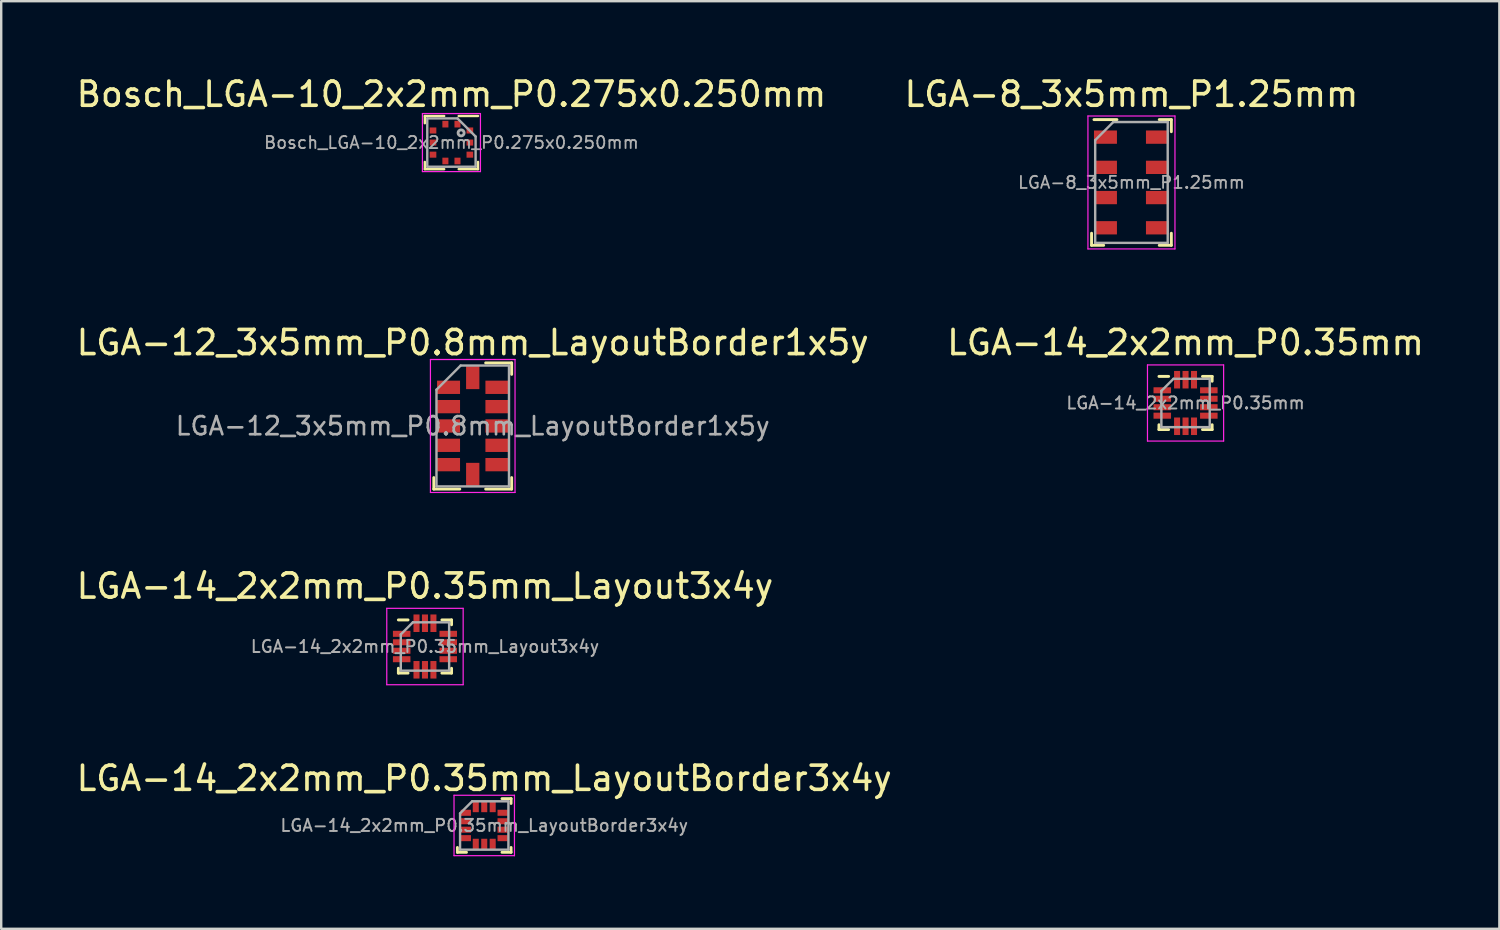
<source format=kicad_pcb>
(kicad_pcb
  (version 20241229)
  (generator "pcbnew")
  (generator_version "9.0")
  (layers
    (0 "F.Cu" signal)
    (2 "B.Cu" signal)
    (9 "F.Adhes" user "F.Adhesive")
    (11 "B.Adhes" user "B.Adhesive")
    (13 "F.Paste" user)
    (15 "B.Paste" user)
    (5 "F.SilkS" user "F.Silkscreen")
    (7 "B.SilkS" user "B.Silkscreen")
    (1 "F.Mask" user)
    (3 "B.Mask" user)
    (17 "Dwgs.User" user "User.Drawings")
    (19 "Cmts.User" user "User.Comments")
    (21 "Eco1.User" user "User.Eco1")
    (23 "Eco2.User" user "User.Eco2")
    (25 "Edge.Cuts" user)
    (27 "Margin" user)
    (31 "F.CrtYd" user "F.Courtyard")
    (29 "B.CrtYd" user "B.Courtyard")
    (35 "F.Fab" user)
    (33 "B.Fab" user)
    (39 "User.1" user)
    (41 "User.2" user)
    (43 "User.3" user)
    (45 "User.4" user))
  (footprint "LGA-14_2x2mm_P0.35mm_Layout3x4y"
    (layer "F.Cu")
    (at 14.53 23.695)
    (property "Reference" "LGA-14_2x2mm_P0.35mm_Layout3x4y" (at 0 -2.5 0) (layer "F.SilkS") (effects (font (size 1 1) (thickness 0.15))))
    (attr smd)
    (fp_line (start -1.1 0.9) (end -1.1 1.1) (stroke (width 0.12) (type solid)) (layer "F.SilkS"))
    (fp_line (start -1.1 1.1) (end -0.7 1.1) (stroke (width 0.12) (type solid)) (layer "F.SilkS"))
    (fp_line (start -0.7 -1.1) (end -1.1 -1.1) (stroke (width 0.12) (type solid)) (layer "F.SilkS"))
    (fp_line (start 0.7 -1.1) (end 1.1 -1.1) (stroke (width 0.12) (type solid)) (layer "F.SilkS"))
    (fp_line (start 1.1 -1.1) (end 1.1 -0.9) (stroke (width 0.12) (type solid)) (layer "F.SilkS"))
    (fp_line (start 1.1 0.9) (end 1.1 1.1) (stroke (width 0.12) (type solid)) (layer "F.SilkS"))
    (fp_line (start 1.1 1.1) (end 0.7 1.1) (stroke (width 0.12) (type solid)) (layer "F.SilkS"))
    (fp_line (start -1.58 -1.58) (end -1.58 1.58) (stroke (width 0.05) (type solid)) (layer "F.CrtYd"))
    (fp_line (start -1.58 1.58) (end 1.58 1.58) (stroke (width 0.05) (type solid)) (layer "F.CrtYd"))
    (fp_line (start 1.58 -1.58) (end -1.58 -1.58) (stroke (width 0.05) (type solid)) (layer "F.CrtYd"))
    (fp_line (start 1.58 1.58) (end 1.58 -1.58) (stroke (width 0.05) (type solid)) (layer "F.CrtYd"))
    (fp_line (start -1 1) (end -1 -0.5) (stroke (width 0.1) (type solid)) (layer "F.Fab"))
    (fp_line (start -0.5 -1) (end -1 -0.5) (stroke (width 0.1) (type solid)) (layer "F.Fab"))
    (fp_line (start -0.5 -1) (end 1 -1) (stroke (width 0.1) (type solid)) (layer "F.Fab"))
    (fp_line (start 1 -1) (end 1 1) (stroke (width 0.1) (type solid)) (layer "F.Fab"))
    (fp_line (start 1 1) (end -1 1) (stroke (width 0.1) (type solid)) (layer "F.Fab"))
    (fp_text user "${REFERENCE}" (at 0 0 0) (layer "F.Fab") (effects (font (size 0.5 0.5) (thickness 0.08))))
    (pad "1" smd rect (at -0.963 -0.525) (size 0.725 0.25) (layers "F.Cu" "F.Mask" "F.Paste"))
    (pad "2" smd rect (at -0.963 -0.175) (size 0.725 0.25) (layers "F.Cu" "F.Mask" "F.Paste"))
    (pad "3" smd rect (at -0.963 0.175) (size 0.725 0.25) (layers "F.Cu" "F.Mask" "F.Paste"))
    (pad "4" smd rect (at -0.963 0.525) (size 0.725 0.25) (layers "F.Cu" "F.Mask" "F.Paste"))
    (pad "5" smd rect (at -0.35 0.963 90) (size 0.725 0.25) (layers "F.Cu" "F.Mask" "F.Paste"))
    (pad "6" smd rect (at 0 0.963 90) (size 0.725 0.25) (layers "F.Cu" "F.Mask" "F.Paste"))
    (pad "7" smd rect (at 0.35 0.963 90) (size 0.725 0.25) (layers "F.Cu" "F.Mask" "F.Paste"))
    (pad "8" smd rect (at 0.963 0.525) (size 0.725 0.25) (layers "F.Cu" "F.Mask" "F.Paste"))
    (pad "9" smd rect (at 0.963 0.175) (size 0.725 0.25) (layers "F.Cu" "F.Mask" "F.Paste"))
    (pad "10" smd rect (at 0.963 -0.175) (size 0.725 0.25) (layers "F.Cu" "F.Mask" "F.Paste"))
    (pad "11" smd rect (at 0.963 -0.525) (size 0.725 0.25) (layers "F.Cu" "F.Mask" "F.Paste"))
    (pad "12" smd rect (at 0.35 -0.963 90) (size 0.725 0.25) (layers "F.Cu" "F.Mask" "F.Paste"))
    (pad "13" smd rect (at 0 -0.963 90) (size 0.725 0.25) (layers "F.Cu" "F.Mask" "F.Paste"))
    (pad "14" smd rect (at -0.35 -0.963 90) (size 0.725 0.25) (layers "F.Cu" "F.Mask" "F.Paste")))
  (footprint "LGA-8_3x5mm_P1.25mm"
    (layer "F.Cu")
    (at 43.756 4.498)
    (property "Reference" "LGA-8_3x5mm_P1.25mm" (at 0 -3.65 0) (layer "F.SilkS") (effects (font (size 1 1) (thickness 0.15))))
    (attr smd)
    (fp_line (start -1.65 2.6) (end -1.65 2.1) (stroke (width 0.12) (type solid)) (layer "F.SilkS"))
    (fp_line (start -1.55 -2.6) (end -0.6 -2.6) (stroke (width 0.12) (type solid)) (layer "F.SilkS"))
    (fp_line (start -1.15 2.6) (end -1.65 2.6) (stroke (width 0.12) (type solid)) (layer "F.SilkS"))
    (fp_line (start 1.15 -2.6) (end 1.65 -2.6) (stroke (width 0.12) (type solid)) (layer "F.SilkS"))
    (fp_line (start 1.65 -2.6) (end 1.65 -2.1) (stroke (width 0.12) (type solid)) (layer "F.SilkS"))
    (fp_line (start 1.65 2.1) (end 1.65 2.6) (stroke (width 0.12) (type solid)) (layer "F.SilkS"))
    (fp_line (start 1.65 2.6) (end 1.15 2.6) (stroke (width 0.12) (type solid)) (layer "F.SilkS"))
    (fp_line (start -1.8 -2.75) (end -1.8 2.75) (stroke (width 0.05) (type solid)) (layer "F.CrtYd"))
    (fp_line (start -1.8 -2.75) (end 1.8 -2.75) (stroke (width 0.05) (type solid)) (layer "F.CrtYd"))
    (fp_line (start 1.8 2.75) (end -1.8 2.75) (stroke (width 0.05) (type solid)) (layer "F.CrtYd"))
    (fp_line (start 1.8 2.75) (end 1.8 -2.75) (stroke (width 0.05) (type solid)) (layer "F.CrtYd"))
    (fp_line (start -1.5 -1.75) (end -0.75 -2.5) (stroke (width 0.1) (type solid)) (layer "F.Fab"))
    (fp_line (start -1.5 2.5) (end -1.5 -1.75) (stroke (width 0.1) (type solid)) (layer "F.Fab"))
    (fp_line (start -0.75 -2.5) (end 1.5 -2.5) (stroke (width 0.1) (type solid)) (layer "F.Fab"))
    (fp_line (start 1.5 -2.5) (end 1.5 2.5) (stroke (width 0.1) (type solid)) (layer "F.Fab"))
    (fp_line (start 1.5 2.5) (end -1.5 2.5) (stroke (width 0.1) (type solid)) (layer "F.Fab"))
    (fp_text user "${REFERENCE}" (at 0 0 0) (layer "F.Fab") (effects (font (size 0.5 0.5) (thickness 0.075))))
    (pad "1" smd rect (at -1.075 -1.875) (size 0.95 0.55) (layers "F.Cu" "F.Mask" "F.Paste"))
    (pad "2" smd rect (at -1.075 -0.625) (size 0.95 0.55) (layers "F.Cu" "F.Mask" "F.Paste"))
    (pad "3" smd rect (at -1.075 0.625) (size 0.95 0.55) (layers "F.Cu" "F.Mask" "F.Paste"))
    (pad "4" smd rect (at -1.075 1.875) (size 0.95 0.55) (layers "F.Cu" "F.Mask" "F.Paste"))
    (pad "5" smd rect (at 1.075 1.875) (size 0.95 0.55) (layers "F.Cu" "F.Mask" "F.Paste"))
    (pad "6" smd rect (at 1.075 0.625) (size 0.95 0.55) (layers "F.Cu" "F.Mask" "F.Paste"))
    (pad "7" smd rect (at 1.075 -0.625) (size 0.95 0.55) (layers "F.Cu" "F.Mask" "F.Paste"))
    (pad "8" smd rect (at 1.075 -1.875) (size 0.95 0.55) (layers "F.Cu" "F.Mask" "F.Paste")))
  (footprint "LGA-14_2x2mm_P0.35mm_LayoutBorder3x4y"
    (layer "F.Cu")
    (at 16.982 31.098)
    (property "Reference" "LGA-14_2x2mm_P0.35mm_LayoutBorder3x4y" (at 0 -1.95 0) (layer "F.SilkS") (effects (font (size 1 1) (thickness 0.15))))
    (attr smd)
    (fp_line (start -1.11 1.11) (end -1.11 0.91) (stroke (width 0.12) (type solid)) (layer "F.SilkS"))
    (fp_line (start -0.735 1.11) (end -1.11 1.11) (stroke (width 0.12) (type solid)) (layer "F.SilkS"))
    (fp_line (start 0.735 -1.11) (end 1.11 -1.11) (stroke (width 0.12) (type solid)) (layer "F.SilkS"))
    (fp_line (start 0.735 1.11) (end 1.11 1.11) (stroke (width 0.12) (type solid)) (layer "F.SilkS"))
    (fp_line (start 1.11 -1.11) (end 1.11 -0.91) (stroke (width 0.12) (type solid)) (layer "F.SilkS"))
    (fp_line (start 1.11 1.11) (end 1.11 0.91) (stroke (width 0.12) (type solid)) (layer "F.SilkS"))
    (fp_line (start -1.25 -1.25) (end -1.25 1.25) (stroke (width 0.05) (type solid)) (layer "F.CrtYd"))
    (fp_line (start -1.25 1.25) (end 1.25 1.25) (stroke (width 0.05) (type solid)) (layer "F.CrtYd"))
    (fp_line (start 1.25 -1.25) (end -1.25 -1.25) (stroke (width 0.05) (type solid)) (layer "F.CrtYd"))
    (fp_line (start 1.25 1.25) (end 1.25 -1.25) (stroke (width 0.05) (type solid)) (layer "F.CrtYd"))
    (fp_line (start -1 -0.5) (end -0.5 -1) (stroke (width 0.1) (type solid)) (layer "F.Fab"))
    (fp_line (start -1 1) (end -1 -0.5) (stroke (width 0.1) (type solid)) (layer "F.Fab"))
    (fp_line (start -0.5 -1) (end 1 -1) (stroke (width 0.1) (type solid)) (layer "F.Fab"))
    (fp_line (start 1 -1) (end 1 1) (stroke (width 0.1) (type solid)) (layer "F.Fab"))
    (fp_line (start 1 1) (end -1 1) (stroke (width 0.1) (type solid)) (layer "F.Fab"))
    (fp_text user "${REFERENCE}" (at 0 0 0) (layer "F.Fab") (effects (font (size 0.5 0.5) (thickness 0.08))))
    (pad "1" smd rect (at -0.762 -0.525) (size 0.425 0.25) (layers "F.Cu" "F.Mask" "F.Paste"))
    (pad "2" smd rect (at -0.762 -0.175) (size 0.425 0.25) (layers "F.Cu" "F.Mask" "F.Paste"))
    (pad "3" smd rect (at -0.762 0.175) (size 0.425 0.25) (layers "F.Cu" "F.Mask" "F.Paste"))
    (pad "4" smd rect (at -0.762 0.525) (size 0.425 0.25) (layers "F.Cu" "F.Mask" "F.Paste"))
    (pad "5" smd rect (at -0.35 0.762) (size 0.25 0.425) (layers "F.Cu" "F.Mask" "F.Paste"))
    (pad "6" smd rect (at 0 0.762) (size 0.25 0.425) (layers "F.Cu" "F.Mask" "F.Paste"))
    (pad "7" smd rect (at 0.35 0.762) (size 0.25 0.425) (layers "F.Cu" "F.Mask" "F.Paste"))
    (pad "8" smd rect (at 0.762 0.525) (size 0.425 0.25) (layers "F.Cu" "F.Mask" "F.Paste"))
    (pad "9" smd rect (at 0.762 0.175) (size 0.425 0.25) (layers "F.Cu" "F.Mask" "F.Paste"))
    (pad "10" smd rect (at 0.762 -0.175) (size 0.425 0.25) (layers "F.Cu" "F.Mask" "F.Paste"))
    (pad "11" smd rect (at 0.762 -0.525) (size 0.425 0.25) (layers "F.Cu" "F.Mask" "F.Paste"))
    (pad "12" smd rect (at 0.35 -0.762) (size 0.25 0.425) (layers "F.Cu" "F.Mask" "F.Paste"))
    (pad "13" smd rect (at 0 -0.762) (size 0.25 0.425) (layers "F.Cu" "F.Mask" "F.Paste"))
    (pad "14" smd rect (at -0.35 -0.762) (size 0.25 0.425) (layers "F.Cu" "F.Mask" "F.Paste")))
  (footprint "LGA-14_2x2mm_P0.35mm"
    (layer "F.Cu")
    (at 45.994 13.621)
    (property "Reference" "LGA-14_2x2mm_P0.35mm" (at 0 -2.5 0) (layer "F.SilkS") (effects (font (size 1 1) (thickness 0.15))))
    (attr through_hole)
    (fp_line (start -1.1 0.9) (end -1.1 1.1) (stroke (width 0.12) (type solid)) (layer "F.SilkS"))
    (fp_line (start -1.1 1.1) (end -0.7 1.1) (stroke (width 0.12) (type solid)) (layer "F.SilkS"))
    (fp_line (start -0.7 -1.1) (end -1.1 -1.1) (stroke (width 0.12) (type solid)) (layer "F.SilkS"))
    (fp_line (start 0.7 -1.1) (end 1.1 -1.1) (stroke (width 0.12) (type solid)) (layer "F.SilkS"))
    (fp_line (start 1.1 -1.1) (end 1.1 -0.9) (stroke (width 0.12) (type solid)) (layer "F.SilkS"))
    (fp_line (start 1.1 0.9) (end 1.1 1.1) (stroke (width 0.12) (type solid)) (layer "F.SilkS"))
    (fp_line (start 1.1 1.1) (end 0.7 1.1) (stroke (width 0.12) (type solid)) (layer "F.SilkS"))
    (fp_line (start -1.575 -1.575) (end 1.575 -1.575) (stroke (width 0.05) (type solid)) (layer "F.CrtYd"))
    (fp_line (start -1.575 1.575) (end -1.575 -1.575) (stroke (width 0.05) (type solid)) (layer "F.CrtYd"))
    (fp_line (start 1.575 -1.575) (end 1.575 1.575) (stroke (width 0.05) (type solid)) (layer "F.CrtYd"))
    (fp_line (start 1.575 1.575) (end -1.575 1.575) (stroke (width 0.05) (type solid)) (layer "F.CrtYd"))
    (fp_line (start -1 1) (end -1 -0.5) (stroke (width 0.1) (type solid)) (layer "F.Fab"))
    (fp_line (start -0.5 -1) (end -1 -0.5) (stroke (width 0.1) (type solid)) (layer "F.Fab"))
    (fp_line (start -0.5 -1) (end 1 -1) (stroke (width 0.1) (type solid)) (layer "F.Fab"))
    (fp_line (start 1 -1) (end 1 1) (stroke (width 0.1) (type solid)) (layer "F.Fab"))
    (fp_line (start 1 1) (end -1 1) (stroke (width 0.1) (type solid)) (layer "F.Fab"))
    (fp_text user "${REFERENCE}" (at 0 0 0) (layer "F.Fab") (effects (font (size 0.5 0.5) (thickness 0.08))))
    (pad "1" smd rect (at -0.963 -0.525) (size 0.725 0.25) (layers "F.Cu" "F.Mask" "F.Paste"))
    (pad "2" smd rect (at -0.963 -0.175) (size 0.725 0.25) (layers "F.Cu" "F.Mask" "F.Paste"))
    (pad "3" smd rect (at -0.963 0.175) (size 0.725 0.25) (layers "F.Cu" "F.Mask" "F.Paste"))
    (pad "4" smd rect (at -0.963 0.525) (size 0.725 0.25) (layers "F.Cu" "F.Mask" "F.Paste"))
    (pad "5" smd rect (at -0.35 0.963 90) (size 0.725 0.25) (layers "F.Cu" "F.Mask" "F.Paste"))
    (pad "6" smd rect (at 0 0.963 90) (size 0.725 0.25) (layers "F.Cu" "F.Mask" "F.Paste"))
    (pad "7" smd rect (at 0.35 0.963 90) (size 0.725 0.25) (layers "F.Cu" "F.Mask" "F.Paste"))
    (pad "8" smd rect (at 0.963 0.525) (size 0.725 0.25) (layers "F.Cu" "F.Mask" "F.Paste"))
    (pad "9" smd rect (at 0.963 0.175) (size 0.725 0.25) (layers "F.Cu" "F.Mask" "F.Paste"))
    (pad "10" smd rect (at 0.963 -0.175) (size 0.725 0.25) (layers "F.Cu" "F.Mask" "F.Paste"))
    (pad "11" smd rect (at 0.963 -0.525) (size 0.725 0.25) (layers "F.Cu" "F.Mask" "F.Paste"))
    (pad "12" smd rect (at 0.35 -0.963 90) (size 0.725 0.25) (layers "F.Cu" "F.Mask" "F.Paste"))
    (pad "13" smd rect (at 0 -0.963 90) (size 0.725 0.25) (layers "F.Cu" "F.Mask" "F.Paste"))
    (pad "14" smd rect (at -0.35 -0.963 90) (size 0.725 0.25) (layers "F.Cu" "F.Mask" "F.Paste")))
  (footprint "LGA-12_3x5mm_P0.8mm_LayoutBorder1x5y"
    (layer "F.Cu")
    (at 16.506 14.572)
    (property "Reference" "LGA-12_3x5mm_P0.8mm_LayoutBorder1x5y" (at 0 -3.45 0) (layer "F.SilkS") (effects (font (size 1 1) (thickness 0.15))))
    (attr smd)
    (fp_line (start -1.61 2.61) (end -1.61 2.135) (stroke (width 0.12) (type solid)) (layer "F.SilkS"))
    (fp_line (start -0.535 2.61) (end -1.61 2.61) (stroke (width 0.12) (type solid)) (layer "F.SilkS"))
    (fp_line (start 0.535 -2.61) (end 1.61 -2.61) (stroke (width 0.12) (type solid)) (layer "F.SilkS"))
    (fp_line (start 0.535 2.61) (end 1.61 2.61) (stroke (width 0.12) (type solid)) (layer "F.SilkS"))
    (fp_line (start 1.61 -2.61) (end 1.61 -2.135) (stroke (width 0.12) (type solid)) (layer "F.SilkS"))
    (fp_line (start 1.61 2.61) (end 1.61 2.135) (stroke (width 0.12) (type solid)) (layer "F.SilkS"))
    (fp_line (start -1.75 -2.75) (end -1.75 2.75) (stroke (width 0.05) (type solid)) (layer "F.CrtYd"))
    (fp_line (start -1.75 2.75) (end 1.75 2.75) (stroke (width 0.05) (type solid)) (layer "F.CrtYd"))
    (fp_line (start 1.75 -2.75) (end -1.75 -2.75) (stroke (width 0.05) (type solid)) (layer "F.CrtYd"))
    (fp_line (start 1.75 2.75) (end 1.75 -2.75) (stroke (width 0.05) (type solid)) (layer "F.CrtYd"))
    (fp_line (start -1.5 -1.5) (end -0.5 -2.5) (stroke (width 0.1) (type solid)) (layer "F.Fab"))
    (fp_line (start -1.5 2.5) (end -1.5 -1.5) (stroke (width 0.1) (type solid)) (layer "F.Fab"))
    (fp_line (start -0.5 -2.5) (end 1.5 -2.5) (stroke (width 0.1) (type solid)) (layer "F.Fab"))
    (fp_line (start 1.5 -2.5) (end 1.5 2.5) (stroke (width 0.1) (type solid)) (layer "F.Fab"))
    (fp_line (start 1.5 2.5) (end -1.5 2.5) (stroke (width 0.1) (type solid)) (layer "F.Fab"))
    (fp_text user "${REFERENCE}" (at 0 0 0) (layer "F.Fab") (effects (font (size 0.75 0.75) (thickness 0.11))))
    (pad "1" smd rect (at -1 -1.6) (size 0.95 0.55) (layers "F.Cu" "F.Mask" "F.Paste"))
    (pad "2" smd rect (at -1 -0.8) (size 0.95 0.55) (layers "F.Cu" "F.Mask" "F.Paste"))
    (pad "3" smd rect (at -1 0) (size 0.95 0.55) (layers "F.Cu" "F.Mask" "F.Paste"))
    (pad "4" smd rect (at -1 0.8) (size 0.95 0.55) (layers "F.Cu" "F.Mask" "F.Paste"))
    (pad "5" smd rect (at -1 1.6) (size 0.95 0.55) (layers "F.Cu" "F.Mask" "F.Paste"))
    (pad "6" smd rect (at 0 2) (size 0.55 0.95) (layers "F.Cu" "F.Mask" "F.Paste"))
    (pad "7" smd rect (at 1 1.6) (size 0.95 0.55) (layers "F.Cu" "F.Mask" "F.Paste"))
    (pad "8" smd rect (at 1 0.8) (size 0.95 0.55) (layers "F.Cu" "F.Mask" "F.Paste"))
    (pad "9" smd rect (at 1 0) (size 0.95 0.55) (layers "F.Cu" "F.Mask" "F.Paste"))
    (pad "10" smd rect (at 1 -0.8) (size 0.95 0.55) (layers "F.Cu" "F.Mask" "F.Paste"))
    (pad "11" smd rect (at 1 -1.6) (size 0.95 0.55) (layers "F.Cu" "F.Mask" "F.Paste"))
    (pad "12" smd rect (at 0 -2) (size 0.55 0.95) (layers "F.Cu" "F.Mask" "F.Paste")))
  (footprint "Bosch_LGA-10_2x2mm_P0.275x0.250mm"
    (layer "F.Cu")
    (at 15.625 2.848)
    (property "Reference" "Bosch_LGA-10_2x2mm_P0.275x0.250mm" (at 0 -2 0) (layer "F.SilkS") (effects (font (size 1 1) (thickness 0.15))))
    (attr smd)
    (fp_line (start -1.1 -1.1) (end -0.3 -1.1) (stroke (width 0.1) (type solid)) (layer "F.SilkS"))
    (fp_line (start -1.1 -0.8) (end -1.1 -1.1) (stroke (width 0.1) (type solid)) (layer "F.SilkS"))
    (fp_line (start -1.1 1.1) (end -1.1 0.8) (stroke (width 0.1) (type solid)) (layer "F.SilkS"))
    (fp_line (start -1.1 1.1) (end -0.3 1.1) (stroke (width 0.1) (type solid)) (layer "F.SilkS"))
    (fp_line (start 0.3 -1.1) (end 1.1 -1.1) (stroke (width 0.1) (type solid)) (layer "F.SilkS"))
    (fp_line (start 1.1 0.8) (end 1.1 1.1) (stroke (width 0.1) (type solid)) (layer "F.SilkS"))
    (fp_line (start 1.1 1.1) (end 0.3 1.1) (stroke (width 0.1) (type solid)) (layer "F.SilkS"))
    (fp_line (start -1.2 -1.2) (end 1.2 -1.2) (stroke (width 0.05) (type solid)) (layer "F.CrtYd"))
    (fp_line (start -1.2 1.2) (end -1.2 -1.2) (stroke (width 0.05) (type solid)) (layer "F.CrtYd"))
    (fp_line (start 1.2 -1.2) (end 1.2 1.2) (stroke (width 0.05) (type solid)) (layer "F.CrtYd"))
    (fp_line (start 1.2 1.2) (end -1.2 1.2) (stroke (width 0.05) (type solid)) (layer "F.CrtYd"))
    (fp_line (start -1 -1) (end 0.25 -1) (stroke (width 0.1) (type solid)) (layer "F.Fab"))
    (fp_line (start -1 1) (end -1 -1) (stroke (width 0.1) (type solid)) (layer "F.Fab"))
    (fp_line (start 0.25 -1) (end 1 -0.25) (stroke (width 0.1) (type solid)) (layer "F.Fab"))
    (fp_line (start 1 -0.25) (end 1 1) (stroke (width 0.1) (type solid)) (layer "F.Fab"))
    (fp_line (start 1 1) (end -1 1) (stroke (width 0.1) (type solid)) (layer "F.Fab"))
    (fp_circle (center 0.4 -0.4) (end 0.525 -0.4) (stroke (width 0.12) (type solid)) (fill no) (layer "F.Fab"))
    (fp_text user "${REFERENCE}" (at 0 0 0) (layer "F.Fab") (effects (font (size 0.5 0.5) (thickness 0.075))))
    (pad "1" smd rect (at 0.25 -0.762 90) (size 0.275 0.25) (layers "F.Cu" "F.Mask" "F.Paste"))
    (pad "2" smd rect (at -0.25 -0.762 90) (size 0.275 0.25) (layers "F.Cu" "F.Mask" "F.Paste"))
    (pad "3" smd rect (at -0.762 -0.5) (size 0.275 0.25) (layers "F.Cu" "F.Mask" "F.Paste"))
    (pad "4" smd rect (at -0.762 0) (size 0.275 0.25) (layers "F.Cu" "F.Mask" "F.Paste"))
    (pad "5" smd rect (at -0.762 0.5) (size 0.275 0.25) (layers "F.Cu" "F.Mask" "F.Paste"))
    (pad "6" smd rect (at -0.25 0.762 90) (size 0.275 0.25) (layers "F.Cu" "F.Mask" "F.Paste"))
    (pad "7" smd rect (at 0.25 0.762 90) (size 0.275 0.25) (layers "F.Cu" "F.Mask" "F.Paste"))
    (pad "8" smd rect (at 0.762 0.5) (size 0.275 0.25) (layers "F.Cu" "F.Mask" "F.Paste"))
    (pad "9" smd rect (at 0.762 0) (size 0.275 0.25) (layers "F.Cu" "F.Mask" "F.Paste"))
    (pad "10" smd rect (at 0.762 -0.5) (size 0.275 0.25) (layers "F.Cu" "F.Mask" "F.Paste")))
  (gr_rect
    (start -3 -3)
    (end 58.976 35.373)
    (stroke (width 0.1) (type default))
    (fill no)
    (layer "Edge.Cuts")))
</source>
